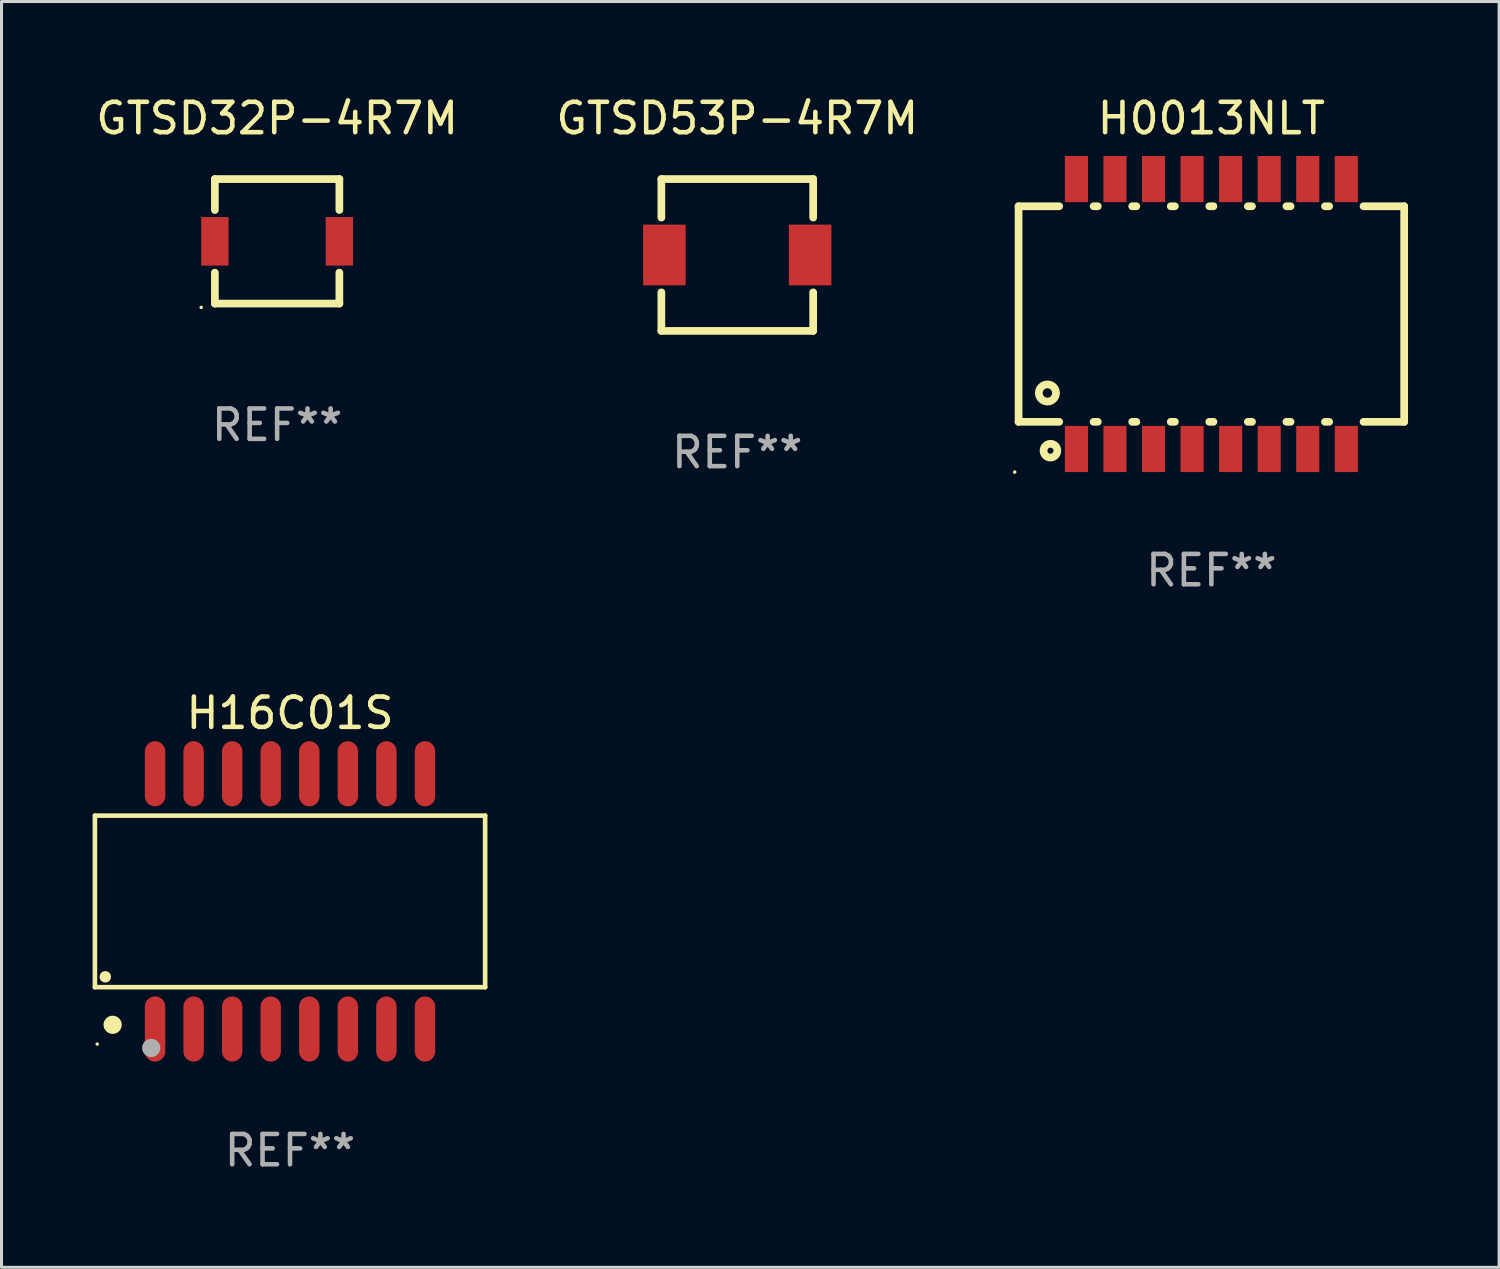
<source format=kicad_pcb>
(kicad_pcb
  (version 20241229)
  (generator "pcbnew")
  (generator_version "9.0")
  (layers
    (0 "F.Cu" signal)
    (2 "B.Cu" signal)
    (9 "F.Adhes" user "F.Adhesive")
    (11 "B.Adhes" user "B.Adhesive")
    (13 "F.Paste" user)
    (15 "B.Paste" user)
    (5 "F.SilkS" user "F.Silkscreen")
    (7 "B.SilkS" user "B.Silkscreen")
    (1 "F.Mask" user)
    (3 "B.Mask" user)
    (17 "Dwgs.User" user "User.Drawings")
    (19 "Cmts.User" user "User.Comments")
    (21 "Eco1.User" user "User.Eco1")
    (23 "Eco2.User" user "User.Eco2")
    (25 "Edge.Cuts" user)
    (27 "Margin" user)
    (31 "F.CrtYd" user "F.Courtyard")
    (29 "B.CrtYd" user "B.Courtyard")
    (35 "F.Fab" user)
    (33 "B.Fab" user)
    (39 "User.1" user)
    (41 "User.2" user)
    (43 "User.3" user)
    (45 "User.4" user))
  (footprint "H0013NLT"
    (layer "F.Cu")
    (at 36.847 7.293)
    (property "Reference" "H0013NLT" (at 0 -6.445 0) (layer "F.SilkS") (effects (font (size 1 1) (thickness 0.15))))
    (attr through_hole)
    (fp_line (start -6.35 -3.55) (end -6.35 3.55) (stroke (width 0.254) (type solid)) (layer "F.SilkS"))
    (fp_line (start -6.35 -3.55) (end -5.012 -3.55) (stroke (width 0.254) (type solid)) (layer "F.SilkS"))
    (fp_line (start -6.35 3.55) (end -5.012 3.55) (stroke (width 0.254) (type solid)) (layer "F.SilkS"))
    (fp_line (start -3.878 -3.55) (end -3.742 -3.55) (stroke (width 0.254) (type solid)) (layer "F.SilkS"))
    (fp_line (start -3.878 3.55) (end -3.742 3.55) (stroke (width 0.254) (type solid)) (layer "F.SilkS"))
    (fp_line (start -2.608 -3.55) (end -2.472 -3.55) (stroke (width 0.254) (type solid)) (layer "F.SilkS"))
    (fp_line (start -2.608 3.55) (end -2.472 3.55) (stroke (width 0.254) (type solid)) (layer "F.SilkS"))
    (fp_line (start -1.338 -3.55) (end -1.202 -3.55) (stroke (width 0.254) (type solid)) (layer "F.SilkS"))
    (fp_line (start -1.338 3.55) (end -1.202 3.55) (stroke (width 0.254) (type solid)) (layer "F.SilkS"))
    (fp_line (start -0.068 -3.55) (end 0.068 -3.55) (stroke (width 0.254) (type solid)) (layer "F.SilkS"))
    (fp_line (start -0.068 3.55) (end 0.068 3.55) (stroke (width 0.254) (type solid)) (layer "F.SilkS"))
    (fp_line (start 1.202 -3.55) (end 1.338 -3.55) (stroke (width 0.254) (type solid)) (layer "F.SilkS"))
    (fp_line (start 1.202 3.55) (end 1.338 3.55) (stroke (width 0.254) (type solid)) (layer "F.SilkS"))
    (fp_line (start 2.472 -3.55) (end 2.608 -3.55) (stroke (width 0.254) (type solid)) (layer "F.SilkS"))
    (fp_line (start 2.472 3.55) (end 2.608 3.55) (stroke (width 0.254) (type solid)) (layer "F.SilkS"))
    (fp_line (start 3.742 -3.55) (end 3.878 -3.55) (stroke (width 0.254) (type solid)) (layer "F.SilkS"))
    (fp_line (start 3.742 3.55) (end 3.878 3.55) (stroke (width 0.254) (type solid)) (layer "F.SilkS"))
    (fp_line (start 5.012 -3.55) (end 6.35 -3.55) (stroke (width 0.254) (type solid)) (layer "F.SilkS"))
    (fp_line (start 5.012 3.55) (end 6.35 3.55) (stroke (width 0.254) (type solid)) (layer "F.SilkS"))
    (fp_line (start 6.35 -3.55) (end 6.35 3.55) (stroke (width 0.254) (type solid)) (layer "F.SilkS"))
    (fp_circle (center -6.477 5.205) (end -6.447 5.205) (stroke (width 0.06) (type solid)) (fill no) (layer "F.SilkS"))
    (fp_circle (center -5.4 2.6) (end -5.117 2.6) (stroke (width 0.254) (type solid)) (fill no) (layer "F.SilkS"))
    (fp_circle (center -5.3 4.5) (end -5.2 4.5) (stroke (width 0.254) (type solid)) (fill no) (layer "F.SilkS"))
    (fp_text user "REF**" (at 0 8.445 0) (layer "F.Fab") (effects (font (size 1 1) (thickness 0.15))))
    (pad "1" smd rect (at -4.445 4.445) (size 0.76 1.52) (layers "F.Cu" "F.Mask" "F.Paste"))
    (pad "2" smd rect (at -3.175 4.445) (size 0.76 1.52) (layers "F.Cu" "F.Mask" "F.Paste"))
    (pad "3" smd rect (at -1.905 4.445) (size 0.76 1.52) (layers "F.Cu" "F.Mask" "F.Paste"))
    (pad "4" smd rect (at -0.635 4.445) (size 0.76 1.52) (layers "F.Cu" "F.Mask" "F.Paste"))
    (pad "5" smd rect (at 0.635 4.445) (size 0.76 1.52) (layers "F.Cu" "F.Mask" "F.Paste"))
    (pad "6" smd rect (at 1.905 4.445) (size 0.76 1.52) (layers "F.Cu" "F.Mask" "F.Paste"))
    (pad "7" smd rect (at 3.175 4.445) (size 0.76 1.52) (layers "F.Cu" "F.Mask" "F.Paste"))
    (pad "8" smd rect (at 4.445 4.445) (size 0.76 1.52) (layers "F.Cu" "F.Mask" "F.Paste"))
    (pad "9" smd rect (at 4.445 -4.445) (size 0.76 1.52) (layers "F.Cu" "F.Mask" "F.Paste"))
    (pad "10" smd rect (at 3.175 -4.445) (size 0.76 1.52) (layers "F.Cu" "F.Mask" "F.Paste"))
    (pad "11" smd rect (at 1.905 -4.445) (size 0.76 1.52) (layers "F.Cu" "F.Mask" "F.Paste"))
    (pad "12" smd rect (at 0.635 -4.445) (size 0.76 1.52) (layers "F.Cu" "F.Mask" "F.Paste"))
    (pad "13" smd rect (at -0.635 -4.445) (size 0.76 1.52) (layers "F.Cu" "F.Mask" "F.Paste"))
    (pad "14" smd rect (at -1.905 -4.445) (size 0.76 1.52) (layers "F.Cu" "F.Mask" "F.Paste"))
    (pad "15" smd rect (at -3.175 -4.445) (size 0.76 1.52) (layers "F.Cu" "F.Mask" "F.Paste"))
    (pad "16" smd rect (at -4.445 -4.445) (size 0.76 1.52) (layers "F.Cu" "F.Mask" "F.Paste")))
  (footprint "GTSD32P-4R7M"
    (layer "F.Cu")
    (at 6.077 4.898)
    (property "Reference" "GTSD32P-4R7M" (at 0 -4.05 0) (layer "F.SilkS") (effects (font (size 1 1) (thickness 0.15))))
    (attr through_hole)
    (fp_line (start -2.05 -2.05) (end -2.05 -1.031) (stroke (width 0.254) (type solid)) (layer "F.SilkS"))
    (fp_line (start -2.05 -2.05) (end 2.05 -2.05) (stroke (width 0.254) (type solid)) (layer "F.SilkS"))
    (fp_line (start -2.05 1.031) (end -2.05 2.05) (stroke (width 0.254) (type solid)) (layer "F.SilkS"))
    (fp_line (start -2.05 2.05) (end 2.05 2.05) (stroke (width 0.254) (type solid)) (layer "F.SilkS"))
    (fp_line (start 2.05 -1.031) (end 2.05 -2.05) (stroke (width 0.254) (type solid)) (layer "F.SilkS"))
    (fp_line (start 2.05 2.05) (end 2.05 1.031) (stroke (width 0.254) (type solid)) (layer "F.SilkS"))
    (fp_circle (center -2.5 2.177) (end -2.47 2.177) (stroke (width 0.06) (type solid)) (fill no) (layer "F.SilkS"))
    (fp_text user "REF**" (at 0 6.05 0) (layer "F.Fab") (effects (font (size 1 1) (thickness 0.15))))
    (pad "1" smd rect (at -2.05 0) (size 0.9 1.6) (layers "F.Cu" "F.Mask" "F.Paste"))
    (pad "2" smd rect (at 2.05 0) (size 0.9 1.6) (layers "F.Cu" "F.Mask" "F.Paste")))
  (footprint "GTSD53P-4R7M"
    (layer "F.Cu")
    (at 21.232 5.348)
    (property "Reference" "GTSD53P-4R7M" (at 0 -4.5 0) (layer "F.SilkS") (effects (font (size 1 1) (thickness 0.15))))
    (attr through_hole)
    (fp_line (start -2.5 -2.5) (end 2.5 -2.5) (stroke (width 0.254) (type solid)) (layer "F.SilkS"))
    (fp_line (start -2.5 -1.231) (end -2.5 -2.5) (stroke (width 0.254) (type solid)) (layer "F.SilkS"))
    (fp_line (start -2.5 2.5) (end -2.5 1.231) (stroke (width 0.254) (type solid)) (layer "F.SilkS"))
    (fp_line (start 2.5 -2.5) (end 2.5 -1.231) (stroke (width 0.254) (type solid)) (layer "F.SilkS"))
    (fp_line (start 2.5 1.231) (end 2.5 2.5) (stroke (width 0.254) (type solid)) (layer "F.SilkS"))
    (fp_line (start 2.5 2.5) (end -2.5 2.5) (stroke (width 0.254) (type solid)) (layer "F.SilkS"))
    (fp_circle (center -2.5 2.5) (end -2.47 2.5) (stroke (width 0.06) (type solid)) (fill no) (layer "F.SilkS"))
    (fp_text user "REF**" (at 0 6.5 0) (layer "F.Fab") (effects (font (size 1 1) (thickness 0.15))))
    (pad "1" smd rect (at -2.4 0) (size 1.4 2) (layers "F.Cu" "F.Mask" "F.Paste"))
    (pad "2" smd rect (at 2.4 0) (size 1.4 2) (layers "F.Cu" "F.Mask" "F.Paste")))
  (footprint "H16C01S"
    (layer "F.Cu")
    (at 6.502 26.638)
    (property "Reference" "H16C01S" (at 0 -6.203 0) (layer "F.SilkS") (effects (font (size 1 1) (thickness 0.15))))
    (attr through_hole)
    (fp_line (start -6.426 -2.825) (end 6.426 -2.825) (stroke (width 0.152) (type solid)) (layer "F.SilkS"))
    (fp_line (start -6.426 2.825) (end -6.426 -2.825) (stroke (width 0.152) (type solid)) (layer "F.SilkS"))
    (fp_line (start 6.426 -2.825) (end 6.426 2.825) (stroke (width 0.152) (type solid)) (layer "F.SilkS"))
    (fp_line (start 6.426 2.825) (end -6.426 2.825) (stroke (width 0.152) (type solid)) (layer "F.SilkS"))
    (fp_circle (center -6.35 4.7) (end -6.32 4.7) (stroke (width 0.06) (type solid)) (fill no) (layer "F.SilkS"))
    (fp_circle (center -6.084 2.483) (end -5.989 2.483) (stroke (width 0.19) (type solid)) (fill no) (layer "F.SilkS"))
    (fp_circle (center -5.842 4.064) (end -5.692 4.064) (stroke (width 0.3) (type solid)) (fill no) (layer "F.SilkS"))
    (fp_circle (center -4.572 4.826) (end -4.422 4.826) (stroke (width 0.3) (type solid)) (fill no) (layer "F.Fab"))
    (fp_text user "REF**" (at 0 8.203 0) (layer "F.Fab") (effects (font (size 1 1) (thickness 0.15))))
    (pad "1" smd oval (at -4.445 4.203) (size 0.672 2.146) (layers "F.Cu" "F.Mask" "F.Paste"))
    (pad "2" smd oval (at -3.175 4.203) (size 0.672 2.146) (layers "F.Cu" "F.Mask" "F.Paste"))
    (pad "3" smd oval (at -1.905 4.203) (size 0.672 2.146) (layers "F.Cu" "F.Mask" "F.Paste"))
    (pad "4" smd oval (at -0.635 4.203) (size 0.672 2.146) (layers "F.Cu" "F.Mask" "F.Paste"))
    (pad "5" smd oval (at 0.635 4.203) (size 0.672 2.146) (layers "F.Cu" "F.Mask" "F.Paste"))
    (pad "6" smd oval (at 1.905 4.203) (size 0.672 2.146) (layers "F.Cu" "F.Mask" "F.Paste"))
    (pad "7" smd oval (at 3.175 4.203) (size 0.672 2.146) (layers "F.Cu" "F.Mask" "F.Paste"))
    (pad "8" smd oval (at 4.445 4.203) (size 0.672 2.146) (layers "F.Cu" "F.Mask" "F.Paste"))
    (pad "9" smd oval (at 4.445 -4.203) (size 0.672 2.146) (layers "F.Cu" "F.Mask" "F.Paste"))
    (pad "10" smd oval (at 3.175 -4.203) (size 0.672 2.146) (layers "F.Cu" "F.Mask" "F.Paste"))
    (pad "11" smd oval (at 1.905 -4.203) (size 0.672 2.146) (layers "F.Cu" "F.Mask" "F.Paste"))
    (pad "12" smd oval (at 0.635 -4.203) (size 0.672 2.146) (layers "F.Cu" "F.Mask" "F.Paste"))
    (pad "13" smd oval (at -0.635 -4.203) (size 0.672 2.146) (layers "F.Cu" "F.Mask" "F.Paste"))
    (pad "14" smd oval (at -1.905 -4.203) (size 0.672 2.146) (layers "F.Cu" "F.Mask" "F.Paste"))
    (pad "15" smd oval (at -3.175 -4.203) (size 0.672 2.146) (layers "F.Cu" "F.Mask" "F.Paste"))
    (pad "16" smd oval (at -4.445 -4.203) (size 0.672 2.146) (layers "F.Cu" "F.Mask" "F.Paste")))
  (gr_rect
    (start -3 -3)
    (end 46.324 38.689)
    (stroke (width 0.1) (type default))
    (fill no)
    (layer "Edge.Cuts")))
</source>
